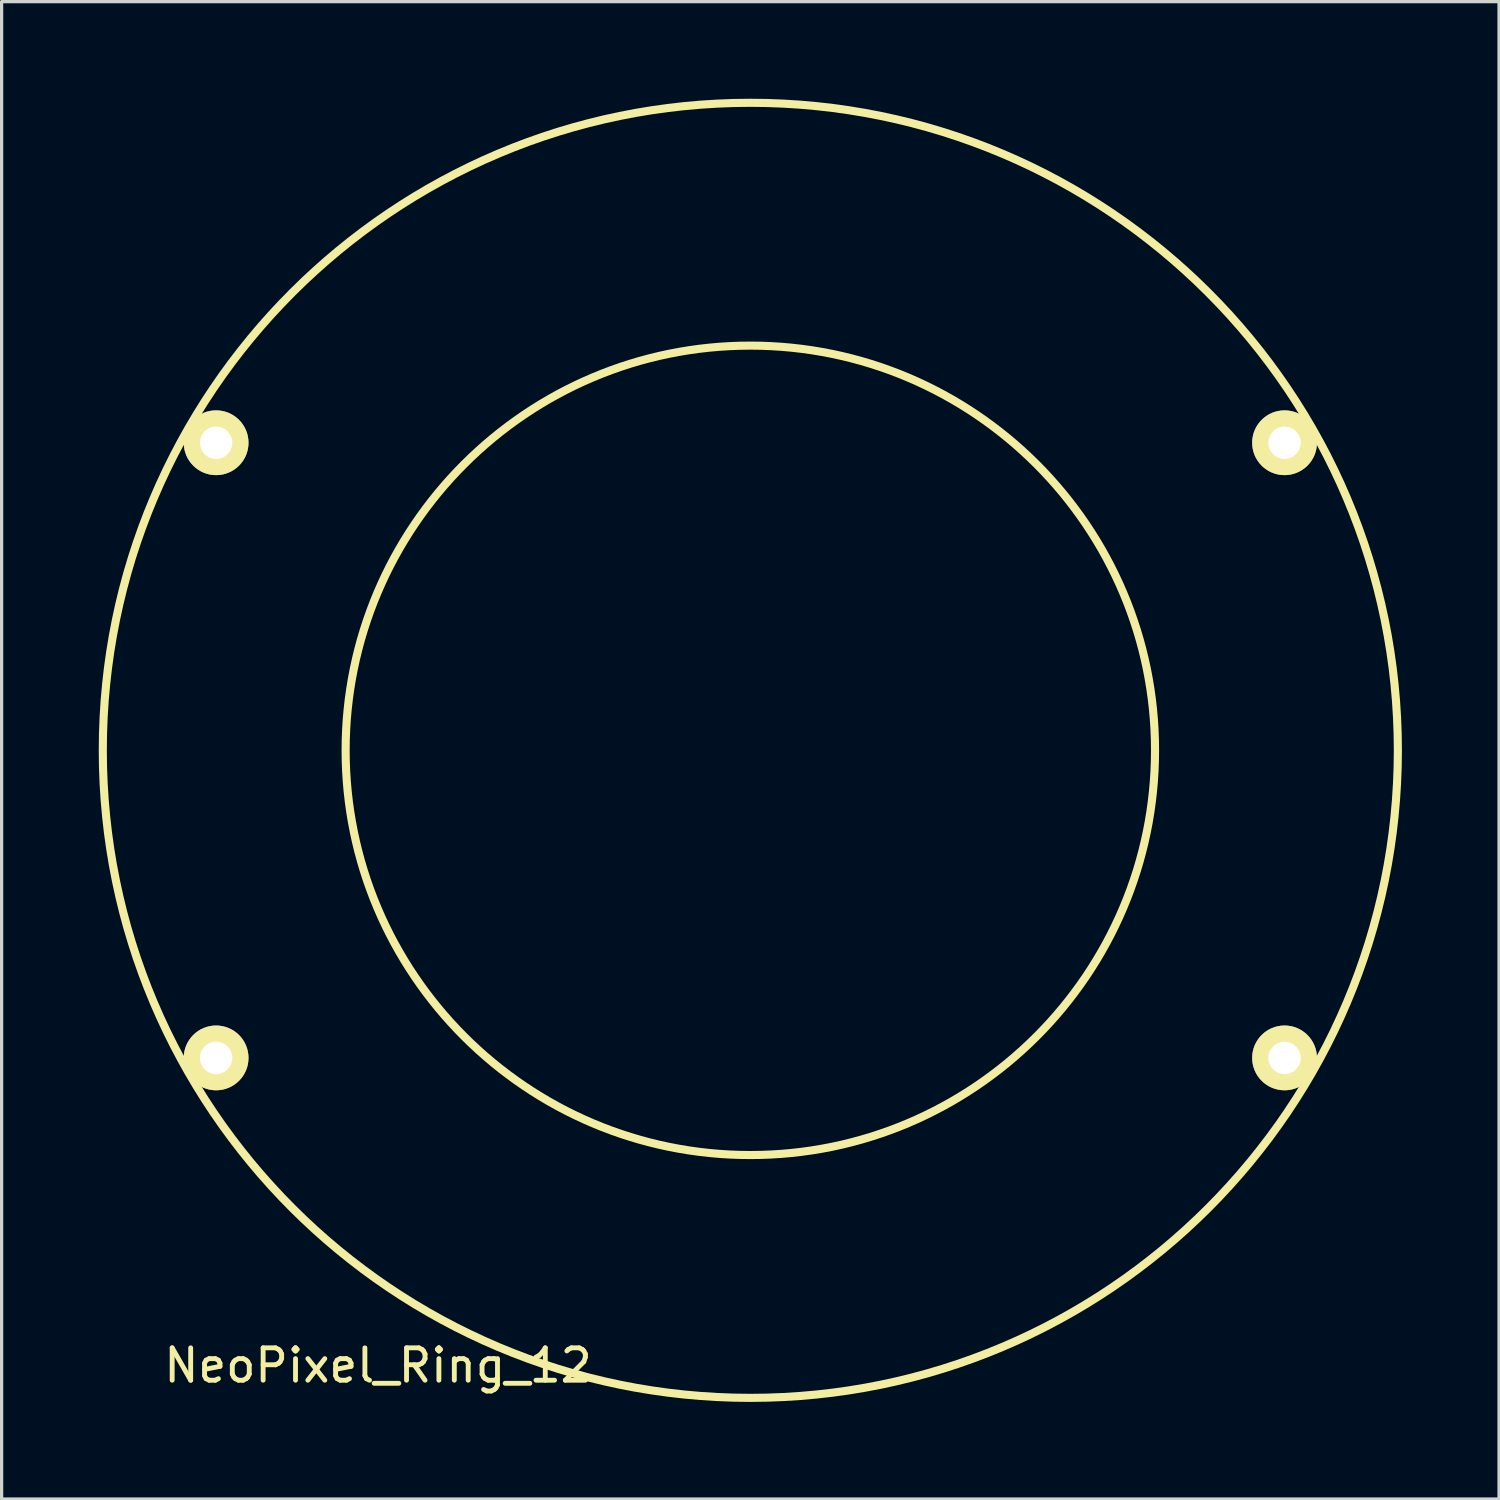
<source format=kicad_pcb>
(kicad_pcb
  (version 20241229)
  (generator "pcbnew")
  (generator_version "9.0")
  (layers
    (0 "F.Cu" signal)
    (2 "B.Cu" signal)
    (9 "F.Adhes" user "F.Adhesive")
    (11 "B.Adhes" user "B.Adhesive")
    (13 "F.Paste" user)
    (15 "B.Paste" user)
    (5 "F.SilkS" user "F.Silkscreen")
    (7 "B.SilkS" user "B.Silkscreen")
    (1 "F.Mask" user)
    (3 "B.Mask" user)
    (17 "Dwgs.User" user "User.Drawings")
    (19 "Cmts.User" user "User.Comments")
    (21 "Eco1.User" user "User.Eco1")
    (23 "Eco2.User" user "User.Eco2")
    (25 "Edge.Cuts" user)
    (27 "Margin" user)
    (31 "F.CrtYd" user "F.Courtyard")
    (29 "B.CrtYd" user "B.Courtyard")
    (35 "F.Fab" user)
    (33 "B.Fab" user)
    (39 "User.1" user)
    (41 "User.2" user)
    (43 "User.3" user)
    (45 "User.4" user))
  (footprint "NeoPixel_Ring_12"
    (layer "F.Cu")
    (at 20.125 20.125)
    (property "Reference" "NeoPixel_Ring_12" (at -11.5 19 0) (layer "F.SilkS") (effects (font (size 1 1) (thickness 0.15))))
    (attr through_hole)
    (fp_circle (center 0 0) (end 12.5 0) (stroke (width 0.25) (type solid)) (fill no) (layer "F.SilkS"))
    (fp_circle (center 0 0) (end 20 0) (stroke (width 0.25) (type solid)) (fill no) (layer "F.SilkS"))
    (pad "1" thru_hole circle (at -16.5 -9.5) (size 2 2) (drill 1) (layers "*.Cu" "*.Mask" "F.SilkS"))
    (pad "2" thru_hole circle (at -16.5 9.5) (size 2 2) (drill 1) (layers "*.Cu" "*.Mask" "F.SilkS"))
    (pad "3" thru_hole circle (at 16.5 9.5) (size 2 2) (drill 1) (layers "*.Cu" "*.Mask" "F.SilkS"))
    (pad "4" thru_hole circle (at 16.5 -9.5) (size 2 2) (drill 1) (layers "*.Cu" "*.Mask" "F.SilkS")))
  (gr_rect
    (start -3 -3)
    (end 43.25 43.25)
    (stroke (width 0.1) (type default))
    (fill no)
    (layer "Edge.Cuts")))
</source>
